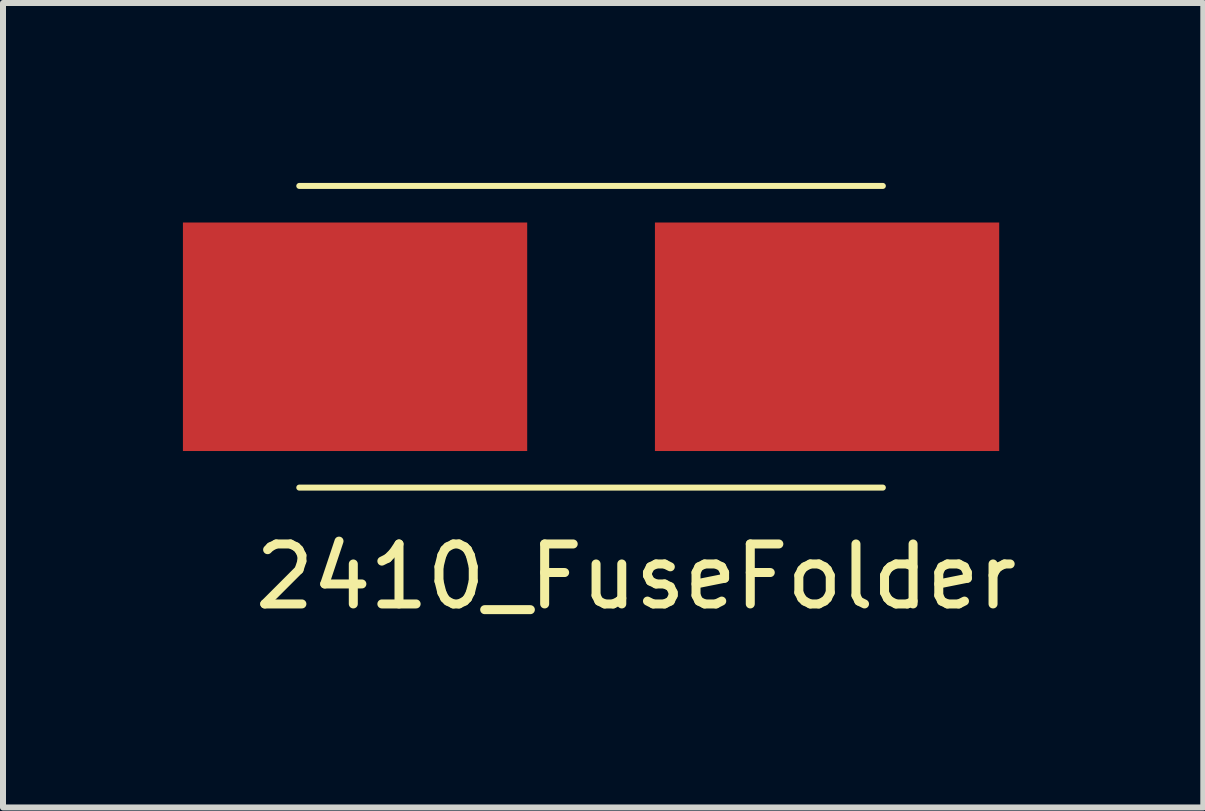
<source format=kicad_pcb>
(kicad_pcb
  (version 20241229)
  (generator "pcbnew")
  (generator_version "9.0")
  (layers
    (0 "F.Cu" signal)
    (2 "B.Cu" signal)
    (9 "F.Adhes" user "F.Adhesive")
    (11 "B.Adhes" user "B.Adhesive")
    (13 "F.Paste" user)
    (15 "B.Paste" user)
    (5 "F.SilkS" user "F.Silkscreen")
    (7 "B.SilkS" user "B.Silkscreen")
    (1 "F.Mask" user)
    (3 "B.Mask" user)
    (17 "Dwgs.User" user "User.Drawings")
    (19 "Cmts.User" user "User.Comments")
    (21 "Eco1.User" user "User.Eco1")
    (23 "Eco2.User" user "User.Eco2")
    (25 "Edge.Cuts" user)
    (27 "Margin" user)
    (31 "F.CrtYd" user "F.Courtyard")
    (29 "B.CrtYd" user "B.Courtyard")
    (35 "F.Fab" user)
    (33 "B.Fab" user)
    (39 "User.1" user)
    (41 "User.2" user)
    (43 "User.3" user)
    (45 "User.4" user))
  (footprint "2410_FuseFolder"
    (layer "F.Cu")
    (at 6.805 2.565)
    (property "Reference" "2410_FuseFolder" (at 0.75 4 0) (layer "F.SilkS") (effects (font (size 1 1) (thickness 0.15))))
    (attr smd)
    (fp_line (start -4.865 -2.515) (end 4.865 -2.515) (stroke (width 0.1) (type solid)) (layer "F.SilkS"))
    (fp_line (start -4.865 2.515) (end 4.865 2.515) (stroke (width 0.1) (type solid)) (layer "F.SilkS"))
    (pad "1" smd rect (at -3.935 0) (size 5.74 3.81) (layers "F.Cu" "F.Mask" "F.Paste"))
    (pad "2" smd rect (at 3.935 0) (size 5.74 3.81) (layers "F.Cu" "F.Mask" "F.Paste")))
  (gr_rect
    (start -3 -3)
    (end 17.013 10.413)
    (stroke (width 0.1) (type default))
    (fill no)
    (layer "Edge.Cuts")))
</source>
